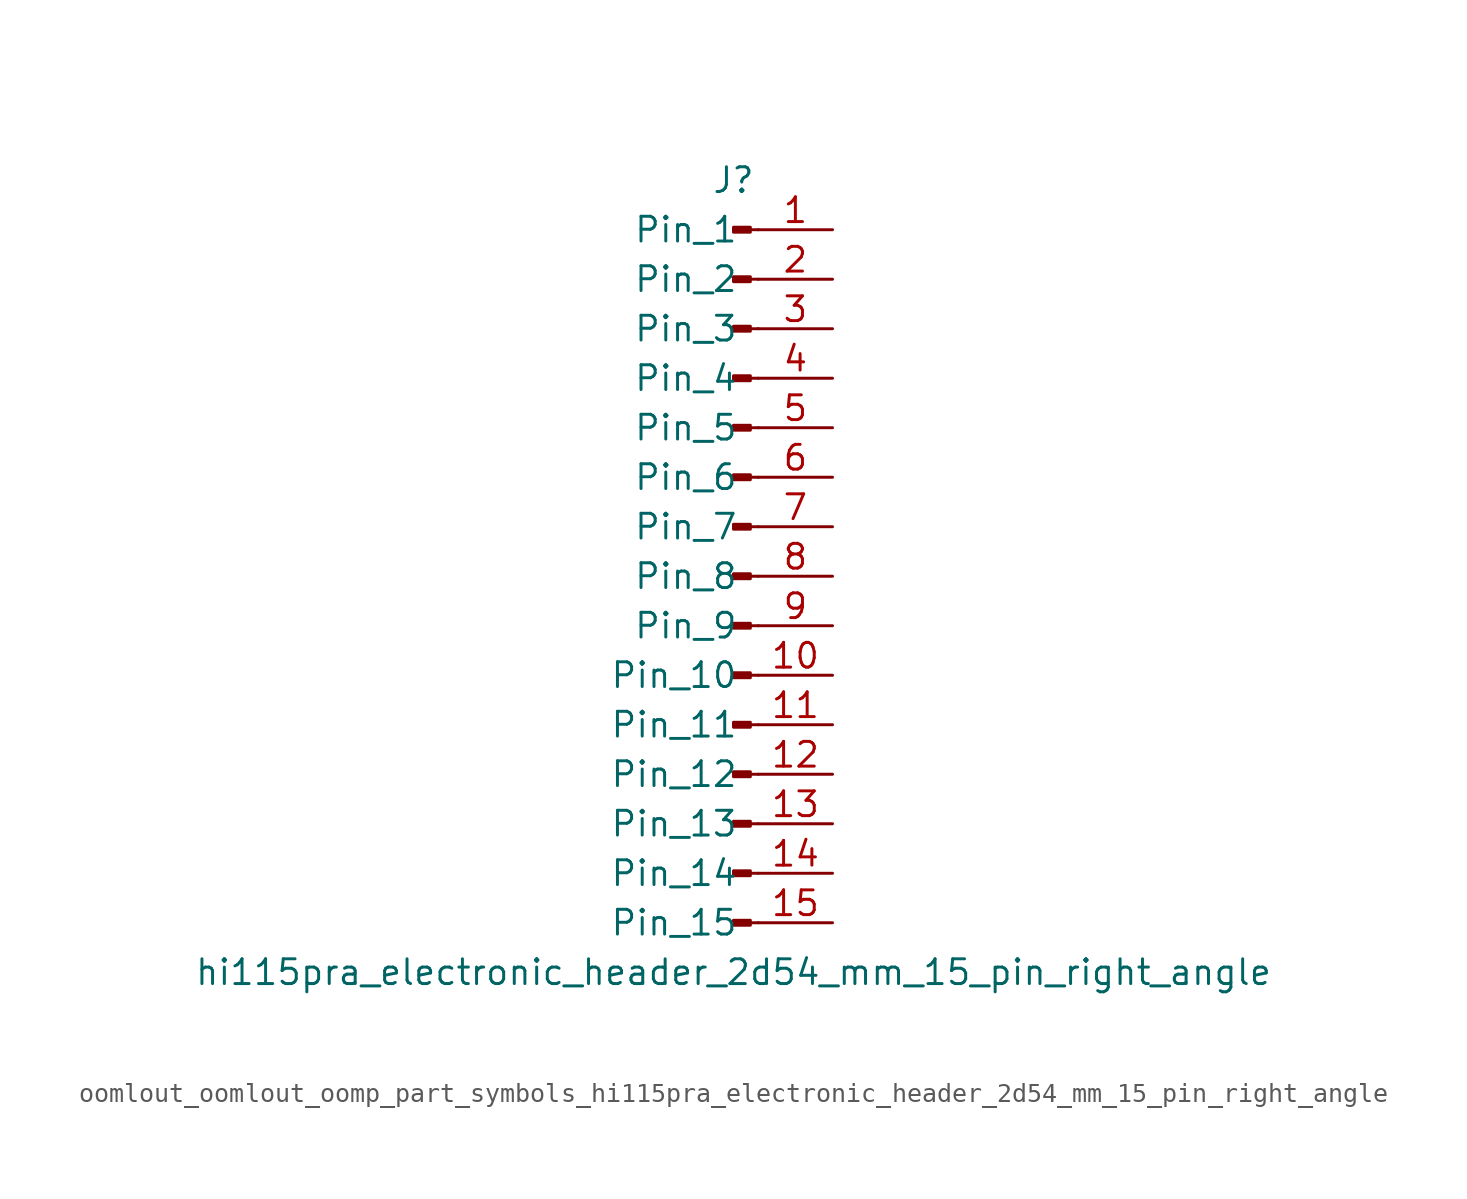
<source format=kicad_sym>
(kicad_symbol_lib
  (version 20220914)
  (generator kicad_symbol_editor)
  (symbol "oomlout_oomlout_oomp_part_symbols_hi115pra_electronic_header_2d54_mm_15_pin_right_angle"
    (pin_names
      (offset 1.016))
    (property "Reference" "J"
      (at 0 20.32 0)
      (effects (font (size 1.27 1.27))))
    (property "Value" "hi115pra_electronic_header_2d54_mm_15_pin_right_angle"
      (at 0 -20.32 0)
      (effects (font (size 1.27 1.27))))
    (property "ki_locked" ""
      (at 0 0 0)
      (effects (font (size 1.27 1.27))))
    (symbol "oomlout_oomlout_oomp_part_symbols_hi115pra_electronic_header_2d54_mm_15_pin_right_angle_1_1"
      (polyline (pts (xy 1.27 -17.78) (xy 0.864 -17.78)) (stroke (width 0.152) (type default)) (fill (type none)))
      (polyline (pts (xy 1.27 -15.24) (xy 0.864 -15.24)) (stroke (width 0.152) (type default)) (fill (type none)))
      (polyline (pts (xy 1.27 -12.7) (xy 0.864 -12.7)) (stroke (width 0.152) (type default)) (fill (type none)))
      (polyline (pts (xy 1.27 -10.16) (xy 0.864 -10.16)) (stroke (width 0.152) (type default)) (fill (type none)))
      (polyline (pts (xy 1.27 -7.62) (xy 0.864 -7.62)) (stroke (width 0.152) (type default)) (fill (type none)))
      (polyline (pts (xy 1.27 -5.08) (xy 0.864 -5.08)) (stroke (width 0.152) (type default)) (fill (type none)))
      (polyline (pts (xy 1.27 -2.54) (xy 0.864 -2.54)) (stroke (width 0.152) (type default)) (fill (type none)))
      (polyline (pts (xy 1.27 0) (xy 0.864 0)) (stroke (width 0.152) (type default)) (fill (type none)))
      (polyline (pts (xy 1.27 2.54) (xy 0.864 2.54)) (stroke (width 0.152) (type default)) (fill (type none)))
      (polyline (pts (xy 1.27 5.08) (xy 0.864 5.08)) (stroke (width 0.152) (type default)) (fill (type none)))
      (polyline (pts (xy 1.27 7.62) (xy 0.864 7.62)) (stroke (width 0.152) (type default)) (fill (type none)))
      (polyline (pts (xy 1.27 10.16) (xy 0.864 10.16)) (stroke (width 0.152) (type default)) (fill (type none)))
      (polyline (pts (xy 1.27 12.7) (xy 0.864 12.7)) (stroke (width 0.152) (type default)) (fill (type none)))
      (polyline (pts (xy 1.27 15.24) (xy 0.864 15.24)) (stroke (width 0.152) (type default)) (fill (type none)))
      (polyline (pts (xy 1.27 17.78) (xy 0.864 17.78)) (stroke (width 0.152) (type default)) (fill (type none)))
      (rectangle (start 0.864 -17.653) (end 0 -17.907) (stroke (width 0.152) (type default)) (fill (type outline)))
      (rectangle (start 0.864 -15.113) (end 0 -15.367) (stroke (width 0.152) (type default)) (fill (type outline)))
      (rectangle (start 0.864 -12.573) (end 0 -12.827) (stroke (width 0.152) (type default)) (fill (type outline)))
      (rectangle (start 0.864 -10.033) (end 0 -10.287) (stroke (width 0.152) (type default)) (fill (type outline)))
      (rectangle (start 0.864 -7.493) (end 0 -7.747) (stroke (width 0.152) (type default)) (fill (type outline)))
      (rectangle (start 0.864 -4.953) (end 0 -5.207) (stroke (width 0.152) (type default)) (fill (type outline)))
      (rectangle (start 0.864 -2.413) (end 0 -2.667) (stroke (width 0.152) (type default)) (fill (type outline)))
      (rectangle (start 0.864 0.127) (end 0 -0.127) (stroke (width 0.152) (type default)) (fill (type outline)))
      (rectangle (start 0.864 2.667) (end 0 2.413) (stroke (width 0.152) (type default)) (fill (type outline)))
      (rectangle (start 0.864 5.207) (end 0 4.953) (stroke (width 0.152) (type default)) (fill (type outline)))
      (rectangle (start 0.864 7.747) (end 0 7.493) (stroke (width 0.152) (type default)) (fill (type outline)))
      (rectangle (start 0.864 10.287) (end 0 10.033) (stroke (width 0.152) (type default)) (fill (type outline)))
      (rectangle (start 0.864 12.827) (end 0 12.573) (stroke (width 0.152) (type default)) (fill (type outline)))
      (rectangle (start 0.864 15.367) (end 0 15.113) (stroke (width 0.152) (type default)) (fill (type outline)))
      (rectangle (start 0.864 17.907) (end 0 17.653) (stroke (width 0.152) (type default)) (fill (type outline)))
      (pin passive line (at 5.08 17.78 180) (length 3.81) (name "Pin_1" (effects (font (size 1.27 1.27)))) (number "1" (effects (font (size 1.27 1.27)))))
      (pin passive line (at 5.08 -5.08 180) (length 3.81) (name "Pin_10" (effects (font (size 1.27 1.27)))) (number "10" (effects (font (size 1.27 1.27)))))
      (pin passive line (at 5.08 -7.62 180) (length 3.81) (name "Pin_11" (effects (font (size 1.27 1.27)))) (number "11" (effects (font (size 1.27 1.27)))))
      (pin passive line (at 5.08 -10.16 180) (length 3.81) (name "Pin_12" (effects (font (size 1.27 1.27)))) (number "12" (effects (font (size 1.27 1.27)))))
      (pin passive line (at 5.08 -12.7 180) (length 3.81) (name "Pin_13" (effects (font (size 1.27 1.27)))) (number "13" (effects (font (size 1.27 1.27)))))
      (pin passive line (at 5.08 -15.24 180) (length 3.81) (name "Pin_14" (effects (font (size 1.27 1.27)))) (number "14" (effects (font (size 1.27 1.27)))))
      (pin passive line (at 5.08 -17.78 180) (length 3.81) (name "Pin_15" (effects (font (size 1.27 1.27)))) (number "15" (effects (font (size 1.27 1.27)))))
      (pin passive line (at 5.08 15.24 180) (length 3.81) (name "Pin_2" (effects (font (size 1.27 1.27)))) (number "2" (effects (font (size 1.27 1.27)))))
      (pin passive line (at 5.08 12.7 180) (length 3.81) (name "Pin_3" (effects (font (size 1.27 1.27)))) (number "3" (effects (font (size 1.27 1.27)))))
      (pin passive line (at 5.08 10.16 180) (length 3.81) (name "Pin_4" (effects (font (size 1.27 1.27)))) (number "4" (effects (font (size 1.27 1.27)))))
      (pin passive line (at 5.08 7.62 180) (length 3.81) (name "Pin_5" (effects (font (size 1.27 1.27)))) (number "5" (effects (font (size 1.27 1.27)))))
      (pin passive line (at 5.08 5.08 180) (length 3.81) (name "Pin_6" (effects (font (size 1.27 1.27)))) (number "6" (effects (font (size 1.27 1.27)))))
      (pin passive line (at 5.08 2.54 180) (length 3.81) (name "Pin_7" (effects (font (size 1.27 1.27)))) (number "7" (effects (font (size 1.27 1.27)))))
      (pin passive line (at 5.08 0 180) (length 3.81) (name "Pin_8" (effects (font (size 1.27 1.27)))) (number "8" (effects (font (size 1.27 1.27)))))
      (pin passive line (at 5.08 -2.54 180) (length 3.81) (name "Pin_9" (effects (font (size 1.27 1.27)))) (number "9" (effects (font (size 1.27 1.27))))))))
</source>
